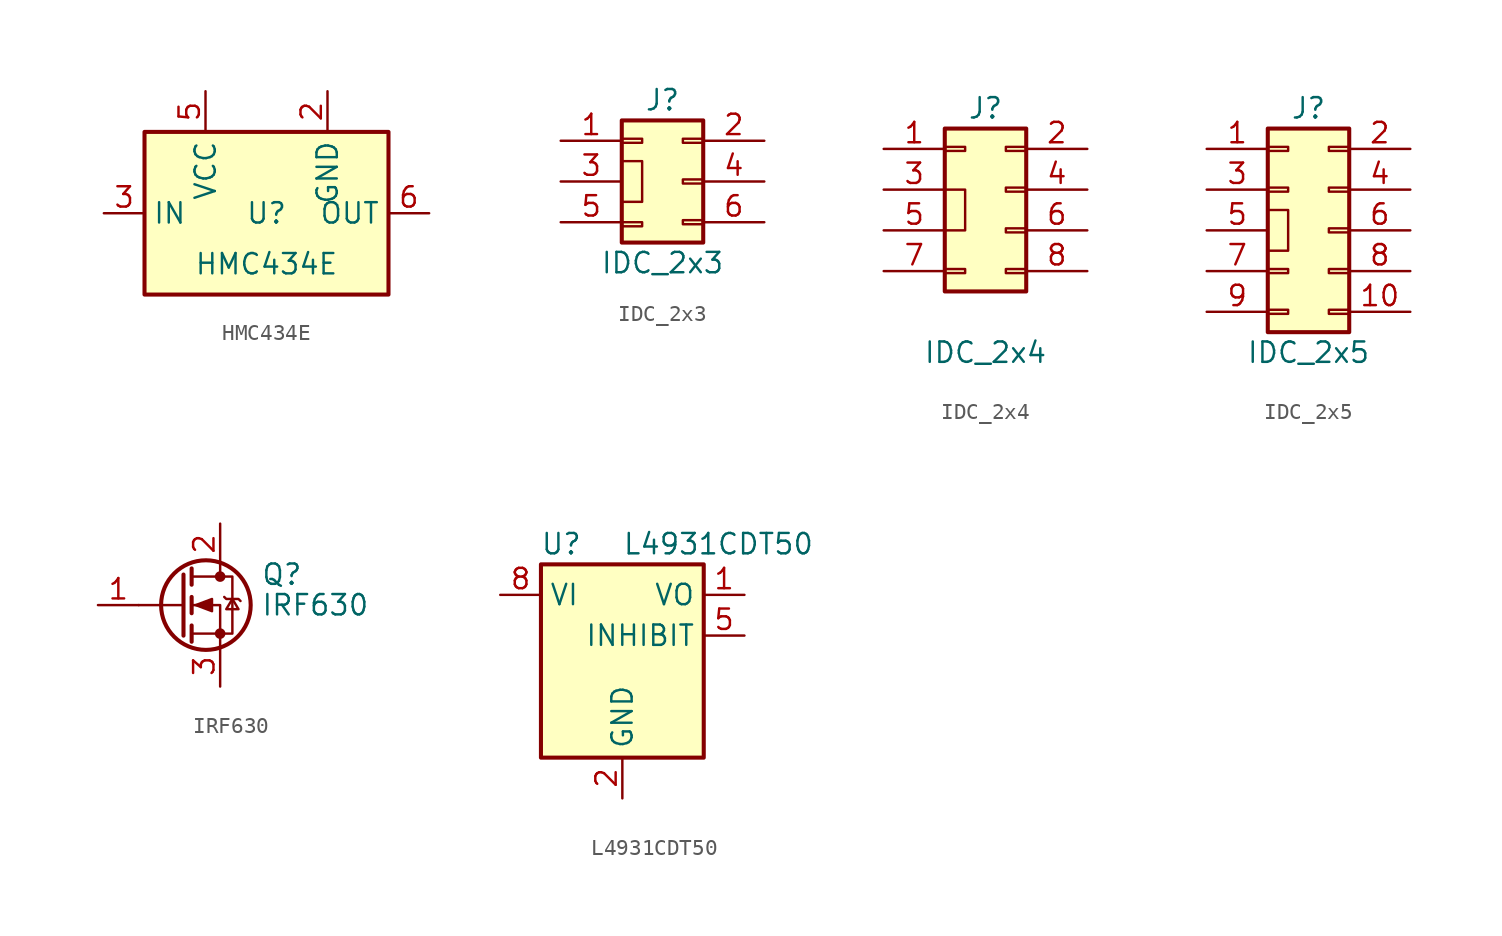
<source format=kicad_sym>
(kicad_symbol_lib
  (version 20231120)
  (generator "kicad_symbol_editor")
  (generator_version "8.0")
  (symbol "HMC434E"
    (property "Reference" "U"
      (at 0 0 0)
      (effects (font (size 1.27 1.27))))
    (property "Value" "HMC434E"
      (at 0 -3.175 0)
      (effects (font (size 1.27 1.27))))
    (symbol "HMC434E_0_1"
      (rectangle (start -7.62 5.08) (end 7.62 -5.08) (stroke (width 0.254) (type default)) (fill (type background))))
    (symbol "HMC434E_1_1"
      (pin power_in line (at 3.81 7.62 270) (length 2.54) (name "GND" (effects (font (size 1.27 1.27)))) (number "2" (effects (font (size 1.27 1.27)))))
      (pin input line (at -10.16 0 0) (length 2.54) (name "IN" (effects (font (size 1.27 1.27)))) (number "3" (effects (font (size 1.27 1.27)))))
      (pin power_in line (at -3.81 7.62 270) (length 2.54) (name "VCC" (effects (font (size 1.27 1.27)))) (number "5" (effects (font (size 1.27 1.27)))))
      (pin output line (at 10.16 0 180) (length 2.54) (name "OUT" (effects (font (size 1.27 1.27)))) (number "6" (effects (font (size 1.27 1.27)))))))
  (symbol "IDC_2x3"
    (pin_names
      (offset 1.016) hide)
    (property "Reference" "J"
      (at 1.27 7.62 0)
      (effects (font (size 1.27 1.27))))
    (property "Value" "IDC_2x3"
      (at 1.27 -2.54 0)
      (effects (font (size 1.27 1.27))))
    (symbol "IDC_2x3_1_1"
      (rectangle (start -1.27 0) (end 0 -0.254) (stroke (width 0.152) (type default)) (fill (type none)))
      (rectangle (start -1.27 3.81) (end 0 1.27) (stroke (width 0.152) (type default)) (fill (type none)))
      (rectangle (start -1.27 5.207) (end 0 4.953) (stroke (width 0.152) (type default)) (fill (type none)))
      (rectangle (start -1.27 6.35) (end 3.81 -1.27) (stroke (width 0.254) (type default)) (fill (type background)))
      (rectangle (start 3.81 0.127) (end 2.54 -0.127) (stroke (width 0.152) (type default)) (fill (type none)))
      (rectangle (start 3.81 2.667) (end 2.54 2.413) (stroke (width 0.152) (type default)) (fill (type none)))
      (rectangle (start 3.81 5.207) (end 2.54 4.953) (stroke (width 0.152) (type default)) (fill (type none)))
      (pin passive line (at -5.08 5.08 0) (length 3.81) (name "Pin_1" (effects (font (size 1.27 1.27)))) (number "1" (effects (font (size 1.27 1.27)))))
      (pin passive line (at 7.62 5.08 180) (length 3.81) (name "Pin_2" (effects (font (size 1.27 1.27)))) (number "2" (effects (font (size 1.27 1.27)))))
      (pin passive line (at -5.08 2.54 0) (length 3.81) (name "Pin_3" (effects (font (size 1.27 1.27)))) (number "3" (effects (font (size 1.27 1.27)))))
      (pin passive line (at 7.62 2.54 180) (length 3.81) (name "Pin_4" (effects (font (size 1.27 1.27)))) (number "4" (effects (font (size 1.27 1.27)))))
      (pin passive line (at -5.08 0 0) (length 3.81) (name "Pin_5" (effects (font (size 1.27 1.27)))) (number "5" (effects (font (size 1.27 1.27)))))
      (pin passive line (at 7.62 0 180) (length 3.81) (name "Pin_6" (effects (font (size 1.27 1.27)))) (number "6" (effects (font (size 1.27 1.27)))))))
  (symbol "IDC_2x4"
    (pin_names
      (offset 1.016) hide)
    (property "Reference" "J"
      (at 1.27 7.62 0)
      (effects (font (size 1.27 1.27))))
    (property "Value" "IDC_2x4"
      (at 1.27 -7.62 0)
      (effects (font (size 1.27 1.27))))
    (symbol "IDC_2x4_1_1"
      (rectangle (start -1.27 -2.413) (end 0 -2.667) (stroke (width 0.152) (type default)) (fill (type none)))
      (rectangle (start -1.27 2.54) (end 0 0) (stroke (width 0.152) (type default)) (fill (type none)))
      (rectangle (start -1.27 5.207) (end 0 4.953) (stroke (width 0.152) (type default)) (fill (type none)))
      (rectangle (start -1.27 6.35) (end 3.81 -3.81) (stroke (width 0.254) (type default)) (fill (type background)))
      (rectangle (start 3.81 -2.413) (end 2.54 -2.667) (stroke (width 0.152) (type default)) (fill (type none)))
      (rectangle (start 3.81 0.127) (end 2.54 -0.127) (stroke (width 0.152) (type default)) (fill (type none)))
      (rectangle (start 3.81 2.667) (end 2.54 2.413) (stroke (width 0.152) (type default)) (fill (type none)))
      (rectangle (start 3.81 5.207) (end 2.54 4.953) (stroke (width 0.152) (type default)) (fill (type none)))
      (pin passive line (at -5.08 5.08 0) (length 3.81) (name "Pin_1" (effects (font (size 1.27 1.27)))) (number "1" (effects (font (size 1.27 1.27)))))
      (pin passive line (at 7.62 5.08 180) (length 3.81) (name "Pin_2" (effects (font (size 1.27 1.27)))) (number "2" (effects (font (size 1.27 1.27)))))
      (pin passive line (at -5.08 2.54 0) (length 3.81) (name "Pin_3" (effects (font (size 1.27 1.27)))) (number "3" (effects (font (size 1.27 1.27)))))
      (pin passive line (at 7.62 2.54 180) (length 3.81) (name "Pin_4" (effects (font (size 1.27 1.27)))) (number "4" (effects (font (size 1.27 1.27)))))
      (pin passive line (at -5.08 0 0) (length 3.81) (name "Pin_5" (effects (font (size 1.27 1.27)))) (number "5" (effects (font (size 1.27 1.27)))))
      (pin passive line (at 7.62 0 180) (length 3.81) (name "Pin_6" (effects (font (size 1.27 1.27)))) (number "6" (effects (font (size 1.27 1.27)))))
      (pin passive line (at -5.08 -2.54 0) (length 3.81) (name "Pin_7" (effects (font (size 1.27 1.27)))) (number "7" (effects (font (size 1.27 1.27)))))
      (pin passive line (at 7.62 -2.54 180) (length 3.81) (name "Pin_8" (effects (font (size 1.27 1.27)))) (number "8" (effects (font (size 1.27 1.27)))))))
  (symbol "IDC_2x5"
    (pin_names
      (offset 1.016) hide)
    (property "Reference" "J"
      (at 1.27 7.62 0)
      (effects (font (size 1.27 1.27))))
    (property "Value" "IDC_2x5"
      (at 1.27 -7.62 0)
      (effects (font (size 1.27 1.27))))
    (symbol "IDC_2x5_1_1"
      (rectangle (start -1.27 -4.953) (end 0 -5.207) (stroke (width 0.152) (type default)) (fill (type none)))
      (rectangle (start -1.27 -2.413) (end 0 -2.667) (stroke (width 0.152) (type default)) (fill (type none)))
      (rectangle (start -1.27 1.27) (end 0 -1.27) (stroke (width 0.152) (type default)) (fill (type none)))
      (rectangle (start -1.27 2.667) (end 0 2.413) (stroke (width 0.152) (type default)) (fill (type none)))
      (rectangle (start -1.27 5.207) (end 0 4.953) (stroke (width 0.152) (type default)) (fill (type none)))
      (rectangle (start -1.27 6.35) (end 3.81 -6.35) (stroke (width 0.254) (type default)) (fill (type background)))
      (rectangle (start 3.81 -4.953) (end 2.54 -5.207) (stroke (width 0.152) (type default)) (fill (type none)))
      (rectangle (start 3.81 -2.413) (end 2.54 -2.667) (stroke (width 0.152) (type default)) (fill (type none)))
      (rectangle (start 3.81 0.127) (end 2.54 -0.127) (stroke (width 0.152) (type default)) (fill (type none)))
      (rectangle (start 3.81 2.667) (end 2.54 2.413) (stroke (width 0.152) (type default)) (fill (type none)))
      (rectangle (start 3.81 5.207) (end 2.54 4.953) (stroke (width 0.152) (type default)) (fill (type none)))
      (pin passive line (at -5.08 5.08 0) (length 3.81) (name "Pin_1" (effects (font (size 1.27 1.27)))) (number "1" (effects (font (size 1.27 1.27)))))
      (pin passive line (at 7.62 -5.08 180) (length 3.81) (name "Pin_10" (effects (font (size 1.27 1.27)))) (number "10" (effects (font (size 1.27 1.27)))))
      (pin passive line (at 7.62 5.08 180) (length 3.81) (name "Pin_2" (effects (font (size 1.27 1.27)))) (number "2" (effects (font (size 1.27 1.27)))))
      (pin passive line (at -5.08 2.54 0) (length 3.81) (name "Pin_3" (effects (font (size 1.27 1.27)))) (number "3" (effects (font (size 1.27 1.27)))))
      (pin passive line (at 7.62 2.54 180) (length 3.81) (name "Pin_4" (effects (font (size 1.27 1.27)))) (number "4" (effects (font (size 1.27 1.27)))))
      (pin passive line (at -5.08 0 0) (length 3.81) (name "Pin_5" (effects (font (size 1.27 1.27)))) (number "5" (effects (font (size 1.27 1.27)))))
      (pin passive line (at 7.62 0 180) (length 3.81) (name "Pin_6" (effects (font (size 1.27 1.27)))) (number "6" (effects (font (size 1.27 1.27)))))
      (pin passive line (at -5.08 -2.54 0) (length 3.81) (name "Pin_7" (effects (font (size 1.27 1.27)))) (number "7" (effects (font (size 1.27 1.27)))))
      (pin passive line (at 7.62 -2.54 180) (length 3.81) (name "Pin_8" (effects (font (size 1.27 1.27)))) (number "8" (effects (font (size 1.27 1.27)))))
      (pin passive line (at -5.08 -5.08 0) (length 3.81) (name "Pin_9" (effects (font (size 1.27 1.27)))) (number "9" (effects (font (size 1.27 1.27)))))))
  (symbol "IRF630"
    (pin_names hide)
    (property "Reference" "Q"
      (at 5.08 1.905 0)
      (effects (font (size 1.27 1.27)) (justify left)))
    (property "Value" "IRF630"
      (at 5.08 0 0)
      (effects (font (size 1.27 1.27)) (justify left)))
    (symbol "IRF630_0_1"
      (polyline (pts (xy 0.254 0) (xy -2.54 0)) (stroke (width 0) (type default)) (fill (type none)))
      (polyline (pts (xy 0.254 1.905) (xy 0.254 -1.905)) (stroke (width 0.254) (type default)) (fill (type none)))
      (polyline (pts (xy 0.762 -1.27) (xy 0.762 -2.286)) (stroke (width 0.254) (type default)) (fill (type none)))
      (polyline (pts (xy 0.762 0.508) (xy 0.762 -0.508)) (stroke (width 0.254) (type default)) (fill (type none)))
      (polyline (pts (xy 0.762 2.286) (xy 0.762 1.27)) (stroke (width 0.254) (type default)) (fill (type none)))
      (polyline (pts (xy 2.54 2.54) (xy 2.54 1.778)) (stroke (width 0) (type default)) (fill (type none)))
      (polyline (pts (xy 2.54 -2.54) (xy 2.54 0) (xy 0.762 0)) (stroke (width 0) (type default)) (fill (type none)))
      (polyline (pts (xy 0.762 -1.778) (xy 3.302 -1.778) (xy 3.302 1.778) (xy 0.762 1.778)) (stroke (width 0) (type default)) (fill (type none)))
      (polyline (pts (xy 1.016 0) (xy 2.032 0.381) (xy 2.032 -0.381) (xy 1.016 0)) (stroke (width 0) (type default)) (fill (type outline)))
      (polyline (pts (xy 2.794 0.508) (xy 2.921 0.381) (xy 3.683 0.381) (xy 3.81 0.254)) (stroke (width 0) (type default)) (fill (type none)))
      (polyline (pts (xy 3.302 0.381) (xy 2.921 -0.254) (xy 3.683 -0.254) (xy 3.302 0.381)) (stroke (width 0) (type default)) (fill (type none)))
      (circle (center 1.651 0) (radius 2.794) (stroke (width 0.254) (type default)) (fill (type none)))
      (circle (center 2.54 -1.778) (radius 0.254) (stroke (width 0) (type default)) (fill (type outline)))
      (circle (center 2.54 1.778) (radius 0.254) (stroke (width 0) (type default)) (fill (type outline))))
    (symbol "IRF630_1_1"
      (pin input line (at -5.08 0 0) (length 2.54) (name "G" (effects (font (size 1.27 1.27)))) (number "1" (effects (font (size 1.27 1.27)))))
      (pin passive line (at 2.54 5.08 270) (length 2.54) (name "D" (effects (font (size 1.27 1.27)))) (number "2" (effects (font (size 1.27 1.27)))))
      (pin passive line (at 2.54 -5.08 90) (length 2.54) (name "S" (effects (font (size 1.27 1.27)))) (number "3" (effects (font (size 1.27 1.27)))))))
  (symbol "L4931CDT50"
    (property "Reference" "U"
      (at -3.81 3.175 0)
      (effects (font (size 1.27 1.27))))
    (property "Value" "L4931CDT50"
      (at 0 3.175 0)
      (effects (font (size 1.27 1.27)) (justify left)))
    (symbol "L4931CDT50_0_1"
      (rectangle (start -5.08 1.905) (end 5.08 -10.16) (stroke (width 0.254) (type default)) (fill (type background))))
    (symbol "L4931CDT50_1_1"
      (pin power_out line (at 7.62 0 180) (length 2.54) (name "VO" (effects (font (size 1.27 1.27)))) (number "1" (effects (font (size 1.27 1.27)))))
      (pin power_in line (at 0 -12.7 90) (length 2.54) (name "GND" (effects (font (size 1.27 1.27)))) (number "2" (effects (font (size 1.27 1.27)))))
      (pin power_in line (at 0 -12.7 90) (length 2.54) hide (name "GND" (effects (font (size 1.27 1.27)))) (number "3" (effects (font (size 1.27 1.27)))))
      (pin no_connect line (at 2.54 -12.7 90) (length 2.54) hide (name "NC" (effects (font (size 1.27 1.27)))) (number "4" (effects (font (size 1.27 1.27)))))
      (pin power_out line (at 7.62 -2.54 180) (length 2.54) (name "INHIBIT" (effects (font (size 1.27 1.27)))) (number "5" (effects (font (size 1.27 1.27)))))
      (pin power_in line (at 0 -12.7 90) (length 2.54) hide (name "GND" (effects (font (size 1.27 1.27)))) (number "6" (effects (font (size 1.27 1.27)))))
      (pin power_in line (at 0 -12.7 90) (length 2.54) hide (name "GND" (effects (font (size 1.27 1.27)))) (number "7" (effects (font (size 1.27 1.27)))))
      (pin power_in line (at -7.62 0 0) (length 2.54) (name "VI" (effects (font (size 1.27 1.27)))) (number "8" (effects (font (size 1.27 1.27))))))))
</source>
